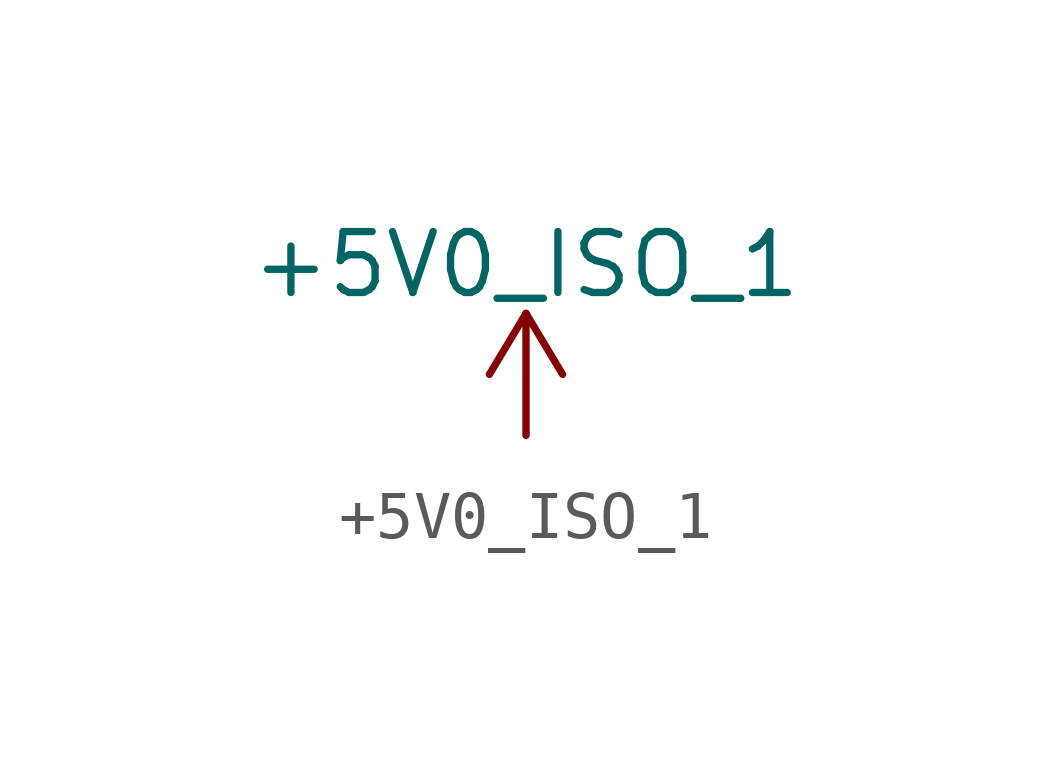
<source format=kicad_sym>
(kicad_symbol_lib
  (version 20220914)
  (generator kicad_symbol_editor)
  (symbol "+5V0_ISO_1"
    (power)
    (pin_names
      (offset 0))
    (property "Reference" "#PWR"
      (at 0 -3.81 0)
      (effects (font (size 1.27 1.27)) hide))
    (property "Value" "+5V0_ISO_1"
      (at 0 3.556 0)
      (effects (font (size 1.27 1.27))))
    (symbol "+5V0_ISO_1_0_1"
      (polyline (pts (xy -0.762 1.27) (xy 0 2.54)) (stroke (width 0) (type default)) (fill (type none)))
      (polyline (pts (xy 0 0) (xy 0 2.54)) (stroke (width 0) (type default)) (fill (type none)))
      (polyline (pts (xy 0 2.54) (xy 0.762 1.27)) (stroke (width 0) (type default)) (fill (type none))))
    (symbol "+5V0_ISO_1_1_1"
      (pin power_in line (at 0 0 0) (length 0) hide (name "+5V5_ISO_1" (effects (font (size 1.27 1.27)))) (number "1" (effects (font (size 1.27 1.27))))))))
</source>
